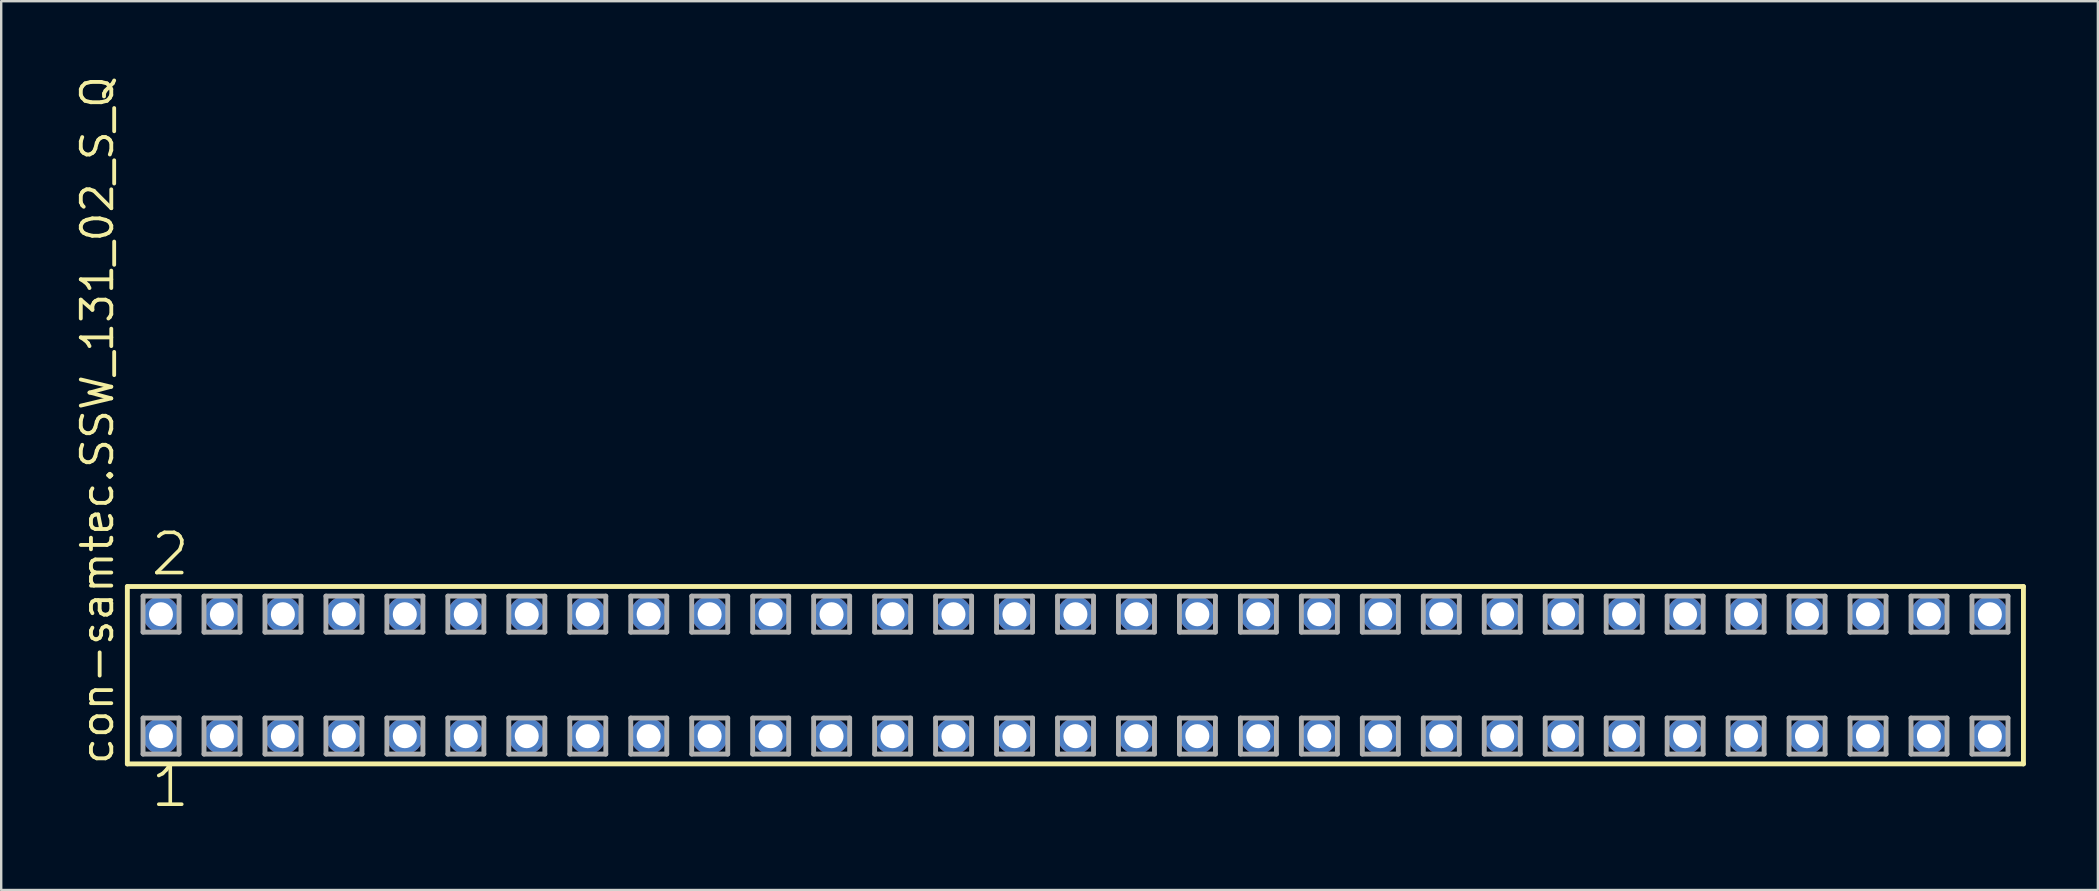
<source format=kicad_pcb>
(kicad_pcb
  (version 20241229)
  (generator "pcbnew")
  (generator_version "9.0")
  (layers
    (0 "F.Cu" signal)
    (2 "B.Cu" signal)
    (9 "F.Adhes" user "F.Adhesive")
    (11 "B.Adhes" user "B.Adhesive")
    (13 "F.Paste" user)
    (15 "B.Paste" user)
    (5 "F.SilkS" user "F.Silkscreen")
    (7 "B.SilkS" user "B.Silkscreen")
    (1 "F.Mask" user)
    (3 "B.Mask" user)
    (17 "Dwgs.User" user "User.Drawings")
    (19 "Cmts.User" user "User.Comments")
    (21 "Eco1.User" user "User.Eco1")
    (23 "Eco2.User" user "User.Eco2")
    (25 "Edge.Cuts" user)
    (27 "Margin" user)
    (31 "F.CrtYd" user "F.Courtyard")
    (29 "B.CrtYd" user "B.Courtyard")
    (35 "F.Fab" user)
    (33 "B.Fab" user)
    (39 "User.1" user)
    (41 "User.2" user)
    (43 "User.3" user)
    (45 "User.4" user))
  (footprint "con-samtec.SSW_131_02_S_Q"
    (layer "F.Cu")
    (at 41.755 25.082)
    (property "Reference" "con-samtec.SSW_131_02_S_Q" (at -40.005 3.81 90) (layer "F.SilkS") (effects (font (size 1.27 1.27) (thickness 0.16)) (justify left bottom)))
    (attr through_hole)
    (fp_line (start -39.499 -3.695) (end 39.499 -3.695) (stroke (width 0.203) (type default)) (layer "F.SilkS"))
    (fp_line (start -39.499 3.695) (end -39.499 -3.695) (stroke (width 0.203) (type default)) (layer "F.SilkS"))
    (fp_line (start 39.499 -3.695) (end 39.499 3.695) (stroke (width 0.203) (type default)) (layer "F.SilkS"))
    (fp_line (start 39.499 3.695) (end -39.499 3.695) (stroke (width 0.203) (type default)) (layer "F.SilkS"))
    (fp_line (start -38.845 -3.295) (end -37.345 -3.295) (stroke (width 0.203) (type default)) (layer "F.Fab"))
    (fp_line (start -38.845 -1.795) (end -38.845 -3.295) (stroke (width 0.203) (type default)) (layer "F.Fab"))
    (fp_line (start -38.845 1.785) (end -37.345 1.785) (stroke (width 0.203) (type default)) (layer "F.Fab"))
    (fp_line (start -38.845 3.285) (end -38.845 1.785) (stroke (width 0.203) (type default)) (layer "F.Fab"))
    (fp_line (start -37.345 -3.295) (end -37.345 -1.795) (stroke (width 0.203) (type default)) (layer "F.Fab"))
    (fp_line (start -37.345 -1.795) (end -38.845 -1.795) (stroke (width 0.203) (type default)) (layer "F.Fab"))
    (fp_line (start -37.345 1.785) (end -37.345 3.285) (stroke (width 0.203) (type default)) (layer "F.Fab"))
    (fp_line (start -37.345 3.285) (end -38.845 3.285) (stroke (width 0.203) (type default)) (layer "F.Fab"))
    (fp_line (start -36.305 -3.295) (end -34.805 -3.295) (stroke (width 0.203) (type default)) (layer "F.Fab"))
    (fp_line (start -36.305 -1.795) (end -36.305 -3.295) (stroke (width 0.203) (type default)) (layer "F.Fab"))
    (fp_line (start -36.305 1.785) (end -34.805 1.785) (stroke (width 0.203) (type default)) (layer "F.Fab"))
    (fp_line (start -36.305 3.285) (end -36.305 1.785) (stroke (width 0.203) (type default)) (layer "F.Fab"))
    (fp_line (start -34.805 -3.295) (end -34.805 -1.795) (stroke (width 0.203) (type default)) (layer "F.Fab"))
    (fp_line (start -34.805 -1.795) (end -36.305 -1.795) (stroke (width 0.203) (type default)) (layer "F.Fab"))
    (fp_line (start -34.805 1.785) (end -34.805 3.285) (stroke (width 0.203) (type default)) (layer "F.Fab"))
    (fp_line (start -34.805 3.285) (end -36.305 3.285) (stroke (width 0.203) (type default)) (layer "F.Fab"))
    (fp_line (start -33.765 -3.295) (end -32.265 -3.295) (stroke (width 0.203) (type default)) (layer "F.Fab"))
    (fp_line (start -33.765 -1.795) (end -33.765 -3.295) (stroke (width 0.203) (type default)) (layer "F.Fab"))
    (fp_line (start -33.765 1.785) (end -32.265 1.785) (stroke (width 0.203) (type default)) (layer "F.Fab"))
    (fp_line (start -33.765 3.285) (end -33.765 1.785) (stroke (width 0.203) (type default)) (layer "F.Fab"))
    (fp_line (start -32.265 -3.295) (end -32.265 -1.795) (stroke (width 0.203) (type default)) (layer "F.Fab"))
    (fp_line (start -32.265 -1.795) (end -33.765 -1.795) (stroke (width 0.203) (type default)) (layer "F.Fab"))
    (fp_line (start -32.265 1.785) (end -32.265 3.285) (stroke (width 0.203) (type default)) (layer "F.Fab"))
    (fp_line (start -32.265 3.285) (end -33.765 3.285) (stroke (width 0.203) (type default)) (layer "F.Fab"))
    (fp_line (start -31.225 -3.295) (end -29.725 -3.295) (stroke (width 0.203) (type default)) (layer "F.Fab"))
    (fp_line (start -31.225 -1.795) (end -31.225 -3.295) (stroke (width 0.203) (type default)) (layer "F.Fab"))
    (fp_line (start -31.225 1.785) (end -29.725 1.785) (stroke (width 0.203) (type default)) (layer "F.Fab"))
    (fp_line (start -31.225 3.285) (end -31.225 1.785) (stroke (width 0.203) (type default)) (layer "F.Fab"))
    (fp_line (start -29.725 -3.295) (end -29.725 -1.795) (stroke (width 0.203) (type default)) (layer "F.Fab"))
    (fp_line (start -29.725 -1.795) (end -31.225 -1.795) (stroke (width 0.203) (type default)) (layer "F.Fab"))
    (fp_line (start -29.725 1.785) (end -29.725 3.285) (stroke (width 0.203) (type default)) (layer "F.Fab"))
    (fp_line (start -29.725 3.285) (end -31.225 3.285) (stroke (width 0.203) (type default)) (layer "F.Fab"))
    (fp_line (start -28.685 -3.295) (end -27.185 -3.295) (stroke (width 0.203) (type default)) (layer "F.Fab"))
    (fp_line (start -28.685 -1.795) (end -28.685 -3.295) (stroke (width 0.203) (type default)) (layer "F.Fab"))
    (fp_line (start -28.685 1.785) (end -27.185 1.785) (stroke (width 0.203) (type default)) (layer "F.Fab"))
    (fp_line (start -28.685 3.285) (end -28.685 1.785) (stroke (width 0.203) (type default)) (layer "F.Fab"))
    (fp_line (start -27.185 -3.295) (end -27.185 -1.795) (stroke (width 0.203) (type default)) (layer "F.Fab"))
    (fp_line (start -27.185 -1.795) (end -28.685 -1.795) (stroke (width 0.203) (type default)) (layer "F.Fab"))
    (fp_line (start -27.185 1.785) (end -27.185 3.285) (stroke (width 0.203) (type default)) (layer "F.Fab"))
    (fp_line (start -27.185 3.285) (end -28.685 3.285) (stroke (width 0.203) (type default)) (layer "F.Fab"))
    (fp_line (start -26.145 -3.295) (end -24.645 -3.295) (stroke (width 0.203) (type default)) (layer "F.Fab"))
    (fp_line (start -26.145 -1.795) (end -26.145 -3.295) (stroke (width 0.203) (type default)) (layer "F.Fab"))
    (fp_line (start -26.145 1.785) (end -24.645 1.785) (stroke (width 0.203) (type default)) (layer "F.Fab"))
    (fp_line (start -26.145 3.285) (end -26.145 1.785) (stroke (width 0.203) (type default)) (layer "F.Fab"))
    (fp_line (start -24.645 -3.295) (end -24.645 -1.795) (stroke (width 0.203) (type default)) (layer "F.Fab"))
    (fp_line (start -24.645 -1.795) (end -26.145 -1.795) (stroke (width 0.203) (type default)) (layer "F.Fab"))
    (fp_line (start -24.645 1.785) (end -24.645 3.285) (stroke (width 0.203) (type default)) (layer "F.Fab"))
    (fp_line (start -24.645 3.285) (end -26.145 3.285) (stroke (width 0.203) (type default)) (layer "F.Fab"))
    (fp_line (start -23.605 -3.295) (end -22.105 -3.295) (stroke (width 0.203) (type default)) (layer "F.Fab"))
    (fp_line (start -23.605 -1.795) (end -23.605 -3.295) (stroke (width 0.203) (type default)) (layer "F.Fab"))
    (fp_line (start -23.605 1.785) (end -22.105 1.785) (stroke (width 0.203) (type default)) (layer "F.Fab"))
    (fp_line (start -23.605 3.285) (end -23.605 1.785) (stroke (width 0.203) (type default)) (layer "F.Fab"))
    (fp_line (start -22.105 -3.295) (end -22.105 -1.795) (stroke (width 0.203) (type default)) (layer "F.Fab"))
    (fp_line (start -22.105 -1.795) (end -23.605 -1.795) (stroke (width 0.203) (type default)) (layer "F.Fab"))
    (fp_line (start -22.105 1.785) (end -22.105 3.285) (stroke (width 0.203) (type default)) (layer "F.Fab"))
    (fp_line (start -22.105 3.285) (end -23.605 3.285) (stroke (width 0.203) (type default)) (layer "F.Fab"))
    (fp_line (start -21.065 -3.295) (end -19.565 -3.295) (stroke (width 0.203) (type default)) (layer "F.Fab"))
    (fp_line (start -21.065 -1.795) (end -21.065 -3.295) (stroke (width 0.203) (type default)) (layer "F.Fab"))
    (fp_line (start -21.065 1.785) (end -19.565 1.785) (stroke (width 0.203) (type default)) (layer "F.Fab"))
    (fp_line (start -21.065 3.285) (end -21.065 1.785) (stroke (width 0.203) (type default)) (layer "F.Fab"))
    (fp_line (start -19.565 -3.295) (end -19.565 -1.795) (stroke (width 0.203) (type default)) (layer "F.Fab"))
    (fp_line (start -19.565 -1.795) (end -21.065 -1.795) (stroke (width 0.203) (type default)) (layer "F.Fab"))
    (fp_line (start -19.565 1.785) (end -19.565 3.285) (stroke (width 0.203) (type default)) (layer "F.Fab"))
    (fp_line (start -19.565 3.285) (end -21.065 3.285) (stroke (width 0.203) (type default)) (layer "F.Fab"))
    (fp_line (start -18.525 -3.295) (end -17.025 -3.295) (stroke (width 0.203) (type default)) (layer "F.Fab"))
    (fp_line (start -18.525 -1.795) (end -18.525 -3.295) (stroke (width 0.203) (type default)) (layer "F.Fab"))
    (fp_line (start -18.525 1.785) (end -17.025 1.785) (stroke (width 0.203) (type default)) (layer "F.Fab"))
    (fp_line (start -18.525 3.285) (end -18.525 1.785) (stroke (width 0.203) (type default)) (layer "F.Fab"))
    (fp_line (start -17.025 -3.295) (end -17.025 -1.795) (stroke (width 0.203) (type default)) (layer "F.Fab"))
    (fp_line (start -17.025 -1.795) (end -18.525 -1.795) (stroke (width 0.203) (type default)) (layer "F.Fab"))
    (fp_line (start -17.025 1.785) (end -17.025 3.285) (stroke (width 0.203) (type default)) (layer "F.Fab"))
    (fp_line (start -17.025 3.285) (end -18.525 3.285) (stroke (width 0.203) (type default)) (layer "F.Fab"))
    (fp_line (start -15.985 -3.295) (end -14.485 -3.295) (stroke (width 0.203) (type default)) (layer "F.Fab"))
    (fp_line (start -15.985 -1.795) (end -15.985 -3.295) (stroke (width 0.203) (type default)) (layer "F.Fab"))
    (fp_line (start -15.985 1.785) (end -14.485 1.785) (stroke (width 0.203) (type default)) (layer "F.Fab"))
    (fp_line (start -15.985 3.285) (end -15.985 1.785) (stroke (width 0.203) (type default)) (layer "F.Fab"))
    (fp_line (start -14.485 -3.295) (end -14.485 -1.795) (stroke (width 0.203) (type default)) (layer "F.Fab"))
    (fp_line (start -14.485 -1.795) (end -15.985 -1.795) (stroke (width 0.203) (type default)) (layer "F.Fab"))
    (fp_line (start -14.485 1.785) (end -14.485 3.285) (stroke (width 0.203) (type default)) (layer "F.Fab"))
    (fp_line (start -14.485 3.285) (end -15.985 3.285) (stroke (width 0.203) (type default)) (layer "F.Fab"))
    (fp_line (start -13.445 -3.295) (end -11.945 -3.295) (stroke (width 0.203) (type default)) (layer "F.Fab"))
    (fp_line (start -13.445 -1.795) (end -13.445 -3.295) (stroke (width 0.203) (type default)) (layer "F.Fab"))
    (fp_line (start -13.445 1.785) (end -11.945 1.785) (stroke (width 0.203) (type default)) (layer "F.Fab"))
    (fp_line (start -13.445 3.285) (end -13.445 1.785) (stroke (width 0.203) (type default)) (layer "F.Fab"))
    (fp_line (start -11.945 -3.295) (end -11.945 -1.795) (stroke (width 0.203) (type default)) (layer "F.Fab"))
    (fp_line (start -11.945 -1.795) (end -13.445 -1.795) (stroke (width 0.203) (type default)) (layer "F.Fab"))
    (fp_line (start -11.945 1.785) (end -11.945 3.285) (stroke (width 0.203) (type default)) (layer "F.Fab"))
    (fp_line (start -11.945 3.285) (end -13.445 3.285) (stroke (width 0.203) (type default)) (layer "F.Fab"))
    (fp_line (start -10.905 -3.295) (end -9.405 -3.295) (stroke (width 0.203) (type default)) (layer "F.Fab"))
    (fp_line (start -10.905 -1.795) (end -10.905 -3.295) (stroke (width 0.203) (type default)) (layer "F.Fab"))
    (fp_line (start -10.905 1.785) (end -9.405 1.785) (stroke (width 0.203) (type default)) (layer "F.Fab"))
    (fp_line (start -10.905 3.285) (end -10.905 1.785) (stroke (width 0.203) (type default)) (layer "F.Fab"))
    (fp_line (start -9.405 -3.295) (end -9.405 -1.795) (stroke (width 0.203) (type default)) (layer "F.Fab"))
    (fp_line (start -9.405 -1.795) (end -10.905 -1.795) (stroke (width 0.203) (type default)) (layer "F.Fab"))
    (fp_line (start -9.405 1.785) (end -9.405 3.285) (stroke (width 0.203) (type default)) (layer "F.Fab"))
    (fp_line (start -9.405 3.285) (end -10.905 3.285) (stroke (width 0.203) (type default)) (layer "F.Fab"))
    (fp_line (start -8.365 -3.295) (end -6.865 -3.295) (stroke (width 0.203) (type default)) (layer "F.Fab"))
    (fp_line (start -8.365 -1.795) (end -8.365 -3.295) (stroke (width 0.203) (type default)) (layer "F.Fab"))
    (fp_line (start -8.365 1.785) (end -6.865 1.785) (stroke (width 0.203) (type default)) (layer "F.Fab"))
    (fp_line (start -8.365 3.285) (end -8.365 1.785) (stroke (width 0.203) (type default)) (layer "F.Fab"))
    (fp_line (start -6.865 -3.295) (end -6.865 -1.795) (stroke (width 0.203) (type default)) (layer "F.Fab"))
    (fp_line (start -6.865 -1.795) (end -8.365 -1.795) (stroke (width 0.203) (type default)) (layer "F.Fab"))
    (fp_line (start -6.865 1.785) (end -6.865 3.285) (stroke (width 0.203) (type default)) (layer "F.Fab"))
    (fp_line (start -6.865 3.285) (end -8.365 3.285) (stroke (width 0.203) (type default)) (layer "F.Fab"))
    (fp_line (start -5.825 -3.295) (end -4.325 -3.295) (stroke (width 0.203) (type default)) (layer "F.Fab"))
    (fp_line (start -5.825 -1.795) (end -5.825 -3.295) (stroke (width 0.203) (type default)) (layer "F.Fab"))
    (fp_line (start -5.825 1.785) (end -4.325 1.785) (stroke (width 0.203) (type default)) (layer "F.Fab"))
    (fp_line (start -5.825 3.285) (end -5.825 1.785) (stroke (width 0.203) (type default)) (layer "F.Fab"))
    (fp_line (start -4.325 -3.295) (end -4.325 -1.795) (stroke (width 0.203) (type default)) (layer "F.Fab"))
    (fp_line (start -4.325 -1.795) (end -5.825 -1.795) (stroke (width 0.203) (type default)) (layer "F.Fab"))
    (fp_line (start -4.325 1.785) (end -4.325 3.285) (stroke (width 0.203) (type default)) (layer "F.Fab"))
    (fp_line (start -4.325 3.285) (end -5.825 3.285) (stroke (width 0.203) (type default)) (layer "F.Fab"))
    (fp_line (start -3.285 -3.295) (end -1.785 -3.295) (stroke (width 0.203) (type default)) (layer "F.Fab"))
    (fp_line (start -3.285 -1.795) (end -3.285 -3.295) (stroke (width 0.203) (type default)) (layer "F.Fab"))
    (fp_line (start -3.285 1.785) (end -1.785 1.785) (stroke (width 0.203) (type default)) (layer "F.Fab"))
    (fp_line (start -3.285 3.285) (end -3.285 1.785) (stroke (width 0.203) (type default)) (layer "F.Fab"))
    (fp_line (start -1.785 -3.295) (end -1.785 -1.795) (stroke (width 0.203) (type default)) (layer "F.Fab"))
    (fp_line (start -1.785 -1.795) (end -3.285 -1.795) (stroke (width 0.203) (type default)) (layer "F.Fab"))
    (fp_line (start -1.785 1.785) (end -1.785 3.285) (stroke (width 0.203) (type default)) (layer "F.Fab"))
    (fp_line (start -1.785 3.285) (end -3.285 3.285) (stroke (width 0.203) (type default)) (layer "F.Fab"))
    (fp_line (start -0.745 -3.295) (end 0.755 -3.295) (stroke (width 0.203) (type default)) (layer "F.Fab"))
    (fp_line (start -0.745 -1.795) (end -0.745 -3.295) (stroke (width 0.203) (type default)) (layer "F.Fab"))
    (fp_line (start -0.745 1.785) (end 0.755 1.785) (stroke (width 0.203) (type default)) (layer "F.Fab"))
    (fp_line (start -0.745 3.285) (end -0.745 1.785) (stroke (width 0.203) (type default)) (layer "F.Fab"))
    (fp_line (start 0.755 -3.295) (end 0.755 -1.795) (stroke (width 0.203) (type default)) (layer "F.Fab"))
    (fp_line (start 0.755 -1.795) (end -0.745 -1.795) (stroke (width 0.203) (type default)) (layer "F.Fab"))
    (fp_line (start 0.755 1.785) (end 0.755 3.285) (stroke (width 0.203) (type default)) (layer "F.Fab"))
    (fp_line (start 0.755 3.285) (end -0.745 3.285) (stroke (width 0.203) (type default)) (layer "F.Fab"))
    (fp_line (start 1.795 -3.295) (end 3.295 -3.295) (stroke (width 0.203) (type default)) (layer "F.Fab"))
    (fp_line (start 1.795 -1.795) (end 1.795 -3.295) (stroke (width 0.203) (type default)) (layer "F.Fab"))
    (fp_line (start 1.795 1.785) (end 3.295 1.785) (stroke (width 0.203) (type default)) (layer "F.Fab"))
    (fp_line (start 1.795 3.285) (end 1.795 1.785) (stroke (width 0.203) (type default)) (layer "F.Fab"))
    (fp_line (start 3.295 -3.295) (end 3.295 -1.795) (stroke (width 0.203) (type default)) (layer "F.Fab"))
    (fp_line (start 3.295 -1.795) (end 1.795 -1.795) (stroke (width 0.203) (type default)) (layer "F.Fab"))
    (fp_line (start 3.295 1.785) (end 3.295 3.285) (stroke (width 0.203) (type default)) (layer "F.Fab"))
    (fp_line (start 3.295 3.285) (end 1.795 3.285) (stroke (width 0.203) (type default)) (layer "F.Fab"))
    (fp_line (start 4.335 -3.295) (end 5.835 -3.295) (stroke (width 0.203) (type default)) (layer "F.Fab"))
    (fp_line (start 4.335 -1.795) (end 4.335 -3.295) (stroke (width 0.203) (type default)) (layer "F.Fab"))
    (fp_line (start 4.335 1.785) (end 5.835 1.785) (stroke (width 0.203) (type default)) (layer "F.Fab"))
    (fp_line (start 4.335 3.285) (end 4.335 1.785) (stroke (width 0.203) (type default)) (layer "F.Fab"))
    (fp_line (start 5.835 -3.295) (end 5.835 -1.795) (stroke (width 0.203) (type default)) (layer "F.Fab"))
    (fp_line (start 5.835 -1.795) (end 4.335 -1.795) (stroke (width 0.203) (type default)) (layer "F.Fab"))
    (fp_line (start 5.835 1.785) (end 5.835 3.285) (stroke (width 0.203) (type default)) (layer "F.Fab"))
    (fp_line (start 5.835 3.285) (end 4.335 3.285) (stroke (width 0.203) (type default)) (layer "F.Fab"))
    (fp_line (start 6.875 -3.295) (end 8.375 -3.295) (stroke (width 0.203) (type default)) (layer "F.Fab"))
    (fp_line (start 6.875 -1.795) (end 6.875 -3.295) (stroke (width 0.203) (type default)) (layer "F.Fab"))
    (fp_line (start 6.875 1.785) (end 8.375 1.785) (stroke (width 0.203) (type default)) (layer "F.Fab"))
    (fp_line (start 6.875 3.285) (end 6.875 1.785) (stroke (width 0.203) (type default)) (layer "F.Fab"))
    (fp_line (start 8.375 -3.295) (end 8.375 -1.795) (stroke (width 0.203) (type default)) (layer "F.Fab"))
    (fp_line (start 8.375 -1.795) (end 6.875 -1.795) (stroke (width 0.203) (type default)) (layer "F.Fab"))
    (fp_line (start 8.375 1.785) (end 8.375 3.285) (stroke (width 0.203) (type default)) (layer "F.Fab"))
    (fp_line (start 8.375 3.285) (end 6.875 3.285) (stroke (width 0.203) (type default)) (layer "F.Fab"))
    (fp_line (start 9.415 -3.295) (end 10.915 -3.295) (stroke (width 0.203) (type default)) (layer "F.Fab"))
    (fp_line (start 9.415 -1.795) (end 9.415 -3.295) (stroke (width 0.203) (type default)) (layer "F.Fab"))
    (fp_line (start 9.415 1.785) (end 10.915 1.785) (stroke (width 0.203) (type default)) (layer "F.Fab"))
    (fp_line (start 9.415 3.285) (end 9.415 1.785) (stroke (width 0.203) (type default)) (layer "F.Fab"))
    (fp_line (start 10.915 -3.295) (end 10.915 -1.795) (stroke (width 0.203) (type default)) (layer "F.Fab"))
    (fp_line (start 10.915 -1.795) (end 9.415 -1.795) (stroke (width 0.203) (type default)) (layer "F.Fab"))
    (fp_line (start 10.915 1.785) (end 10.915 3.285) (stroke (width 0.203) (type default)) (layer "F.Fab"))
    (fp_line (start 10.915 3.285) (end 9.415 3.285) (stroke (width 0.203) (type default)) (layer "F.Fab"))
    (fp_line (start 11.955 -3.295) (end 13.455 -3.295) (stroke (width 0.203) (type default)) (layer "F.Fab"))
    (fp_line (start 11.955 -1.795) (end 11.955 -3.295) (stroke (width 0.203) (type default)) (layer "F.Fab"))
    (fp_line (start 11.955 1.785) (end 13.455 1.785) (stroke (width 0.203) (type default)) (layer "F.Fab"))
    (fp_line (start 11.955 3.285) (end 11.955 1.785) (stroke (width 0.203) (type default)) (layer "F.Fab"))
    (fp_line (start 13.455 -3.295) (end 13.455 -1.795) (stroke (width 0.203) (type default)) (layer "F.Fab"))
    (fp_line (start 13.455 -1.795) (end 11.955 -1.795) (stroke (width 0.203) (type default)) (layer "F.Fab"))
    (fp_line (start 13.455 1.785) (end 13.455 3.285) (stroke (width 0.203) (type default)) (layer "F.Fab"))
    (fp_line (start 13.455 3.285) (end 11.955 3.285) (stroke (width 0.203) (type default)) (layer "F.Fab"))
    (fp_line (start 14.495 -3.295) (end 15.995 -3.295) (stroke (width 0.203) (type default)) (layer "F.Fab"))
    (fp_line (start 14.495 -1.795) (end 14.495 -3.295) (stroke (width 0.203) (type default)) (layer "F.Fab"))
    (fp_line (start 14.495 1.785) (end 15.995 1.785) (stroke (width 0.203) (type default)) (layer "F.Fab"))
    (fp_line (start 14.495 3.285) (end 14.495 1.785) (stroke (width 0.203) (type default)) (layer "F.Fab"))
    (fp_line (start 15.995 -3.295) (end 15.995 -1.795) (stroke (width 0.203) (type default)) (layer "F.Fab"))
    (fp_line (start 15.995 -1.795) (end 14.495 -1.795) (stroke (width 0.203) (type default)) (layer "F.Fab"))
    (fp_line (start 15.995 1.785) (end 15.995 3.285) (stroke (width 0.203) (type default)) (layer "F.Fab"))
    (fp_line (start 15.995 3.285) (end 14.495 3.285) (stroke (width 0.203) (type default)) (layer "F.Fab"))
    (fp_line (start 17.035 -3.295) (end 18.535 -3.295) (stroke (width 0.203) (type default)) (layer "F.Fab"))
    (fp_line (start 17.035 -1.795) (end 17.035 -3.295) (stroke (width 0.203) (type default)) (layer "F.Fab"))
    (fp_line (start 17.035 1.785) (end 18.535 1.785) (stroke (width 0.203) (type default)) (layer "F.Fab"))
    (fp_line (start 17.035 3.285) (end 17.035 1.785) (stroke (width 0.203) (type default)) (layer "F.Fab"))
    (fp_line (start 18.535 -3.295) (end 18.535 -1.795) (stroke (width 0.203) (type default)) (layer "F.Fab"))
    (fp_line (start 18.535 -1.795) (end 17.035 -1.795) (stroke (width 0.203) (type default)) (layer "F.Fab"))
    (fp_line (start 18.535 1.785) (end 18.535 3.285) (stroke (width 0.203) (type default)) (layer "F.Fab"))
    (fp_line (start 18.535 3.285) (end 17.035 3.285) (stroke (width 0.203) (type default)) (layer "F.Fab"))
    (fp_line (start 19.575 -3.295) (end 21.075 -3.295) (stroke (width 0.203) (type default)) (layer "F.Fab"))
    (fp_line (start 19.575 -1.795) (end 19.575 -3.295) (stroke (width 0.203) (type default)) (layer "F.Fab"))
    (fp_line (start 19.575 1.785) (end 21.075 1.785) (stroke (width 0.203) (type default)) (layer "F.Fab"))
    (fp_line (start 19.575 3.285) (end 19.575 1.785) (stroke (width 0.203) (type default)) (layer "F.Fab"))
    (fp_line (start 21.075 -3.295) (end 21.075 -1.795) (stroke (width 0.203) (type default)) (layer "F.Fab"))
    (fp_line (start 21.075 -1.795) (end 19.575 -1.795) (stroke (width 0.203) (type default)) (layer "F.Fab"))
    (fp_line (start 21.075 1.785) (end 21.075 3.285) (stroke (width 0.203) (type default)) (layer "F.Fab"))
    (fp_line (start 21.075 3.285) (end 19.575 3.285) (stroke (width 0.203) (type default)) (layer "F.Fab"))
    (fp_line (start 22.115 -3.295) (end 23.615 -3.295) (stroke (width 0.203) (type default)) (layer "F.Fab"))
    (fp_line (start 22.115 -1.795) (end 22.115 -3.295) (stroke (width 0.203) (type default)) (layer "F.Fab"))
    (fp_line (start 22.115 1.785) (end 23.615 1.785) (stroke (width 0.203) (type default)) (layer "F.Fab"))
    (fp_line (start 22.115 3.285) (end 22.115 1.785) (stroke (width 0.203) (type default)) (layer "F.Fab"))
    (fp_line (start 23.615 -3.295) (end 23.615 -1.795) (stroke (width 0.203) (type default)) (layer "F.Fab"))
    (fp_line (start 23.615 -1.795) (end 22.115 -1.795) (stroke (width 0.203) (type default)) (layer "F.Fab"))
    (fp_line (start 23.615 1.785) (end 23.615 3.285) (stroke (width 0.203) (type default)) (layer "F.Fab"))
    (fp_line (start 23.615 3.285) (end 22.115 3.285) (stroke (width 0.203) (type default)) (layer "F.Fab"))
    (fp_line (start 24.655 -3.295) (end 26.155 -3.295) (stroke (width 0.203) (type default)) (layer "F.Fab"))
    (fp_line (start 24.655 -1.795) (end 24.655 -3.295) (stroke (width 0.203) (type default)) (layer "F.Fab"))
    (fp_line (start 24.655 1.785) (end 26.155 1.785) (stroke (width 0.203) (type default)) (layer "F.Fab"))
    (fp_line (start 24.655 3.285) (end 24.655 1.785) (stroke (width 0.203) (type default)) (layer "F.Fab"))
    (fp_line (start 26.155 -3.295) (end 26.155 -1.795) (stroke (width 0.203) (type default)) (layer "F.Fab"))
    (fp_line (start 26.155 -1.795) (end 24.655 -1.795) (stroke (width 0.203) (type default)) (layer "F.Fab"))
    (fp_line (start 26.155 1.785) (end 26.155 3.285) (stroke (width 0.203) (type default)) (layer "F.Fab"))
    (fp_line (start 26.155 3.285) (end 24.655 3.285) (stroke (width 0.203) (type default)) (layer "F.Fab"))
    (fp_line (start 27.195 -3.295) (end 28.695 -3.295) (stroke (width 0.203) (type default)) (layer "F.Fab"))
    (fp_line (start 27.195 -1.795) (end 27.195 -3.295) (stroke (width 0.203) (type default)) (layer "F.Fab"))
    (fp_line (start 27.195 1.785) (end 28.695 1.785) (stroke (width 0.203) (type default)) (layer "F.Fab"))
    (fp_line (start 27.195 3.285) (end 27.195 1.785) (stroke (width 0.203) (type default)) (layer "F.Fab"))
    (fp_line (start 28.695 -3.295) (end 28.695 -1.795) (stroke (width 0.203) (type default)) (layer "F.Fab"))
    (fp_line (start 28.695 -1.795) (end 27.195 -1.795) (stroke (width 0.203) (type default)) (layer "F.Fab"))
    (fp_line (start 28.695 1.785) (end 28.695 3.285) (stroke (width 0.203) (type default)) (layer "F.Fab"))
    (fp_line (start 28.695 3.285) (end 27.195 3.285) (stroke (width 0.203) (type default)) (layer "F.Fab"))
    (fp_line (start 29.735 -3.295) (end 31.235 -3.295) (stroke (width 0.203) (type default)) (layer "F.Fab"))
    (fp_line (start 29.735 -1.795) (end 29.735 -3.295) (stroke (width 0.203) (type default)) (layer "F.Fab"))
    (fp_line (start 29.735 1.785) (end 31.235 1.785) (stroke (width 0.203) (type default)) (layer "F.Fab"))
    (fp_line (start 29.735 3.285) (end 29.735 1.785) (stroke (width 0.203) (type default)) (layer "F.Fab"))
    (fp_line (start 31.235 -3.295) (end 31.235 -1.795) (stroke (width 0.203) (type default)) (layer "F.Fab"))
    (fp_line (start 31.235 -1.795) (end 29.735 -1.795) (stroke (width 0.203) (type default)) (layer "F.Fab"))
    (fp_line (start 31.235 1.785) (end 31.235 3.285) (stroke (width 0.203) (type default)) (layer "F.Fab"))
    (fp_line (start 31.235 3.285) (end 29.735 3.285) (stroke (width 0.203) (type default)) (layer "F.Fab"))
    (fp_line (start 32.275 -3.295) (end 33.775 -3.295) (stroke (width 0.203) (type default)) (layer "F.Fab"))
    (fp_line (start 32.275 -1.795) (end 32.275 -3.295) (stroke (width 0.203) (type default)) (layer "F.Fab"))
    (fp_line (start 32.275 1.785) (end 33.775 1.785) (stroke (width 0.203) (type default)) (layer "F.Fab"))
    (fp_line (start 32.275 3.285) (end 32.275 1.785) (stroke (width 0.203) (type default)) (layer "F.Fab"))
    (fp_line (start 33.775 -3.295) (end 33.775 -1.795) (stroke (width 0.203) (type default)) (layer "F.Fab"))
    (fp_line (start 33.775 -1.795) (end 32.275 -1.795) (stroke (width 0.203) (type default)) (layer "F.Fab"))
    (fp_line (start 33.775 1.785) (end 33.775 3.285) (stroke (width 0.203) (type default)) (layer "F.Fab"))
    (fp_line (start 33.775 3.285) (end 32.275 3.285) (stroke (width 0.203) (type default)) (layer "F.Fab"))
    (fp_line (start 34.815 -3.295) (end 36.315 -3.295) (stroke (width 0.203) (type default)) (layer "F.Fab"))
    (fp_line (start 34.815 -1.795) (end 34.815 -3.295) (stroke (width 0.203) (type default)) (layer "F.Fab"))
    (fp_line (start 34.815 1.785) (end 36.315 1.785) (stroke (width 0.203) (type default)) (layer "F.Fab"))
    (fp_line (start 34.815 3.285) (end 34.815 1.785) (stroke (width 0.203) (type default)) (layer "F.Fab"))
    (fp_line (start 36.315 -3.295) (end 36.315 -1.795) (stroke (width 0.203) (type default)) (layer "F.Fab"))
    (fp_line (start 36.315 -1.795) (end 34.815 -1.795) (stroke (width 0.203) (type default)) (layer "F.Fab"))
    (fp_line (start 36.315 1.785) (end 36.315 3.285) (stroke (width 0.203) (type default)) (layer "F.Fab"))
    (fp_line (start 36.315 3.285) (end 34.815 3.285) (stroke (width 0.203) (type default)) (layer "F.Fab"))
    (fp_line (start 37.355 -3.295) (end 38.855 -3.295) (stroke (width 0.203) (type default)) (layer "F.Fab"))
    (fp_line (start 37.355 -1.795) (end 37.355 -3.295) (stroke (width 0.203) (type default)) (layer "F.Fab"))
    (fp_line (start 37.355 1.785) (end 38.855 1.785) (stroke (width 0.203) (type default)) (layer "F.Fab"))
    (fp_line (start 37.355 3.285) (end 37.355 1.785) (stroke (width 0.203) (type default)) (layer "F.Fab"))
    (fp_line (start 38.855 -3.295) (end 38.855 -1.795) (stroke (width 0.203) (type default)) (layer "F.Fab"))
    (fp_line (start 38.855 -1.795) (end 37.355 -1.795) (stroke (width 0.203) (type default)) (layer "F.Fab"))
    (fp_line (start 38.855 1.785) (end 38.855 3.285) (stroke (width 0.203) (type default)) (layer "F.Fab"))
    (fp_line (start 38.855 3.285) (end 37.355 3.285) (stroke (width 0.203) (type default)) (layer "F.Fab"))
    (fp_text user "1" (at -38.608 5.588 0) (layer "F.SilkS") (effects (font (size 1.676 1.676) (thickness 0.15)) (justify left bottom)))
    (fp_text user "2" (at -38.608 -4.064 0) (layer "F.SilkS") (effects (font (size 1.676 1.676) (thickness 0.15)) (justify left bottom)))
    (pad "1" thru_hole circle (at -38.1 2.54) (size 1.5 1.5) (drill 1) (layers "*.Cu" "*.Mask"))
    (pad "2" thru_hole circle (at -38.1 -2.54) (size 1.5 1.5) (drill 1) (layers "*.Cu" "*.Mask"))
    (pad "3" thru_hole circle (at -35.56 2.54) (size 1.5 1.5) (drill 1) (layers "*.Cu" "*.Mask"))
    (pad "4" thru_hole circle (at -35.56 -2.54) (size 1.5 1.5) (drill 1) (layers "*.Cu" "*.Mask"))
    (pad "5" thru_hole circle (at -33.02 2.54) (size 1.5 1.5) (drill 1) (layers "*.Cu" "*.Mask"))
    (pad "6" thru_hole circle (at -33.02 -2.54) (size 1.5 1.5) (drill 1) (layers "*.Cu" "*.Mask"))
    (pad "7" thru_hole circle (at -30.48 2.54) (size 1.5 1.5) (drill 1) (layers "*.Cu" "*.Mask"))
    (pad "8" thru_hole circle (at -30.48 -2.54) (size 1.5 1.5) (drill 1) (layers "*.Cu" "*.Mask"))
    (pad "9" thru_hole circle (at -27.94 2.54) (size 1.5 1.5) (drill 1) (layers "*.Cu" "*.Mask"))
    (pad "10" thru_hole circle (at -27.94 -2.54) (size 1.5 1.5) (drill 1) (layers "*.Cu" "*.Mask"))
    (pad "11" thru_hole circle (at -25.4 2.54) (size 1.5 1.5) (drill 1) (layers "*.Cu" "*.Mask"))
    (pad "12" thru_hole circle (at -25.4 -2.54) (size 1.5 1.5) (drill 1) (layers "*.Cu" "*.Mask"))
    (pad "13" thru_hole circle (at -22.86 2.54) (size 1.5 1.5) (drill 1) (layers "*.Cu" "*.Mask"))
    (pad "14" thru_hole circle (at -22.86 -2.54) (size 1.5 1.5) (drill 1) (layers "*.Cu" "*.Mask"))
    (pad "15" thru_hole circle (at -20.32 2.54) (size 1.5 1.5) (drill 1) (layers "*.Cu" "*.Mask"))
    (pad "16" thru_hole circle (at -20.32 -2.54) (size 1.5 1.5) (drill 1) (layers "*.Cu" "*.Mask"))
    (pad "17" thru_hole circle (at -17.78 2.54) (size 1.5 1.5) (drill 1) (layers "*.Cu" "*.Mask"))
    (pad "18" thru_hole circle (at -17.78 -2.54) (size 1.5 1.5) (drill 1) (layers "*.Cu" "*.Mask"))
    (pad "19" thru_hole circle (at -15.24 2.54) (size 1.5 1.5) (drill 1) (layers "*.Cu" "*.Mask"))
    (pad "20" thru_hole circle (at -15.24 -2.54) (size 1.5 1.5) (drill 1) (layers "*.Cu" "*.Mask"))
    (pad "21" thru_hole circle (at -12.7 2.54) (size 1.5 1.5) (drill 1) (layers "*.Cu" "*.Mask"))
    (pad "22" thru_hole circle (at -12.7 -2.54) (size 1.5 1.5) (drill 1) (layers "*.Cu" "*.Mask"))
    (pad "23" thru_hole circle (at -10.16 2.54) (size 1.5 1.5) (drill 1) (layers "*.Cu" "*.Mask"))
    (pad "24" thru_hole circle (at -10.16 -2.54) (size 1.5 1.5) (drill 1) (layers "*.Cu" "*.Mask"))
    (pad "25" thru_hole circle (at -7.62 2.54) (size 1.5 1.5) (drill 1) (layers "*.Cu" "*.Mask"))
    (pad "26" thru_hole circle (at -7.62 -2.54) (size 1.5 1.5) (drill 1) (layers "*.Cu" "*.Mask"))
    (pad "27" thru_hole circle (at -5.08 2.54) (size 1.5 1.5) (drill 1) (layers "*.Cu" "*.Mask"))
    (pad "28" thru_hole circle (at -5.08 -2.54) (size 1.5 1.5) (drill 1) (layers "*.Cu" "*.Mask"))
    (pad "29" thru_hole circle (at -2.54 2.54) (size 1.5 1.5) (drill 1) (layers "*.Cu" "*.Mask"))
    (pad "30" thru_hole circle (at -2.54 -2.54) (size 1.5 1.5) (drill 1) (layers "*.Cu" "*.Mask"))
    (pad "31" thru_hole circle (at 0 2.54) (size 1.5 1.5) (drill 1) (layers "*.Cu" "*.Mask"))
    (pad "32" thru_hole circle (at 0 -2.54) (size 1.5 1.5) (drill 1) (layers "*.Cu" "*.Mask"))
    (pad "33" thru_hole circle (at 2.54 2.54) (size 1.5 1.5) (drill 1) (layers "*.Cu" "*.Mask"))
    (pad "34" thru_hole circle (at 2.54 -2.54) (size 1.5 1.5) (drill 1) (layers "*.Cu" "*.Mask"))
    (pad "35" thru_hole circle (at 5.08 2.54) (size 1.5 1.5) (drill 1) (layers "*.Cu" "*.Mask"))
    (pad "36" thru_hole circle (at 5.08 -2.54) (size 1.5 1.5) (drill 1) (layers "*.Cu" "*.Mask"))
    (pad "37" thru_hole circle (at 7.62 2.54) (size 1.5 1.5) (drill 1) (layers "*.Cu" "*.Mask"))
    (pad "38" thru_hole circle (at 7.62 -2.54) (size 1.5 1.5) (drill 1) (layers "*.Cu" "*.Mask"))
    (pad "39" thru_hole circle (at 10.16 2.54) (size 1.5 1.5) (drill 1) (layers "*.Cu" "*.Mask"))
    (pad "40" thru_hole circle (at 10.16 -2.54) (size 1.5 1.5) (drill 1) (layers "*.Cu" "*.Mask"))
    (pad "41" thru_hole circle (at 12.7 2.54) (size 1.5 1.5) (drill 1) (layers "*.Cu" "*.Mask"))
    (pad "42" thru_hole circle (at 12.7 -2.54) (size 1.5 1.5) (drill 1) (layers "*.Cu" "*.Mask"))
    (pad "43" thru_hole circle (at 15.24 2.54) (size 1.5 1.5) (drill 1) (layers "*.Cu" "*.Mask"))
    (pad "44" thru_hole circle (at 15.24 -2.54) (size 1.5 1.5) (drill 1) (layers "*.Cu" "*.Mask"))
    (pad "45" thru_hole circle (at 17.78 2.54) (size 1.5 1.5) (drill 1) (layers "*.Cu" "*.Mask"))
    (pad "46" thru_hole circle (at 17.78 -2.54) (size 1.5 1.5) (drill 1) (layers "*.Cu" "*.Mask"))
    (pad "47" thru_hole circle (at 20.32 2.54) (size 1.5 1.5) (drill 1) (layers "*.Cu" "*.Mask"))
    (pad "48" thru_hole circle (at 20.32 -2.54) (size 1.5 1.5) (drill 1) (layers "*.Cu" "*.Mask"))
    (pad "49" thru_hole circle (at 22.86 2.54) (size 1.5 1.5) (drill 1) (layers "*.Cu" "*.Mask"))
    (pad "50" thru_hole circle (at 22.86 -2.54) (size 1.5 1.5) (drill 1) (layers "*.Cu" "*.Mask"))
    (pad "51" thru_hole circle (at 25.4 2.54) (size 1.5 1.5) (drill 1) (layers "*.Cu" "*.Mask"))
    (pad "52" thru_hole circle (at 25.4 -2.54) (size 1.5 1.5) (drill 1) (layers "*.Cu" "*.Mask"))
    (pad "53" thru_hole circle (at 27.94 2.54) (size 1.5 1.5) (drill 1) (layers "*.Cu" "*.Mask"))
    (pad "54" thru_hole circle (at 27.94 -2.54) (size 1.5 1.5) (drill 1) (layers "*.Cu" "*.Mask"))
    (pad "55" thru_hole circle (at 30.48 2.54) (size 1.5 1.5) (drill 1) (layers "*.Cu" "*.Mask"))
    (pad "56" thru_hole circle (at 30.48 -2.54) (size 1.5 1.5) (drill 1) (layers "*.Cu" "*.Mask"))
    (pad "57" thru_hole circle (at 33.02 2.54) (size 1.5 1.5) (drill 1) (layers "*.Cu" "*.Mask"))
    (pad "58" thru_hole circle (at 33.02 -2.54) (size 1.5 1.5) (drill 1) (layers "*.Cu" "*.Mask"))
    (pad "59" thru_hole circle (at 35.56 2.54) (size 1.5 1.5) (drill 1) (layers "*.Cu" "*.Mask"))
    (pad "60" thru_hole circle (at 35.56 -2.54) (size 1.5 1.5) (drill 1) (layers "*.Cu" "*.Mask"))
    (pad "61" thru_hole circle (at 38.1 2.54) (size 1.5 1.5) (drill 1) (layers "*.Cu" "*.Mask"))
    (pad "62" thru_hole circle (at 38.1 -2.54) (size 1.5 1.5) (drill 1) (layers "*.Cu" "*.Mask")))
  (gr_rect
    (start -3 -3)
    (end 84.356 34.031)
    (stroke (width 0.1) (type default))
    (fill no)
    (layer "Edge.Cuts")))
</source>
